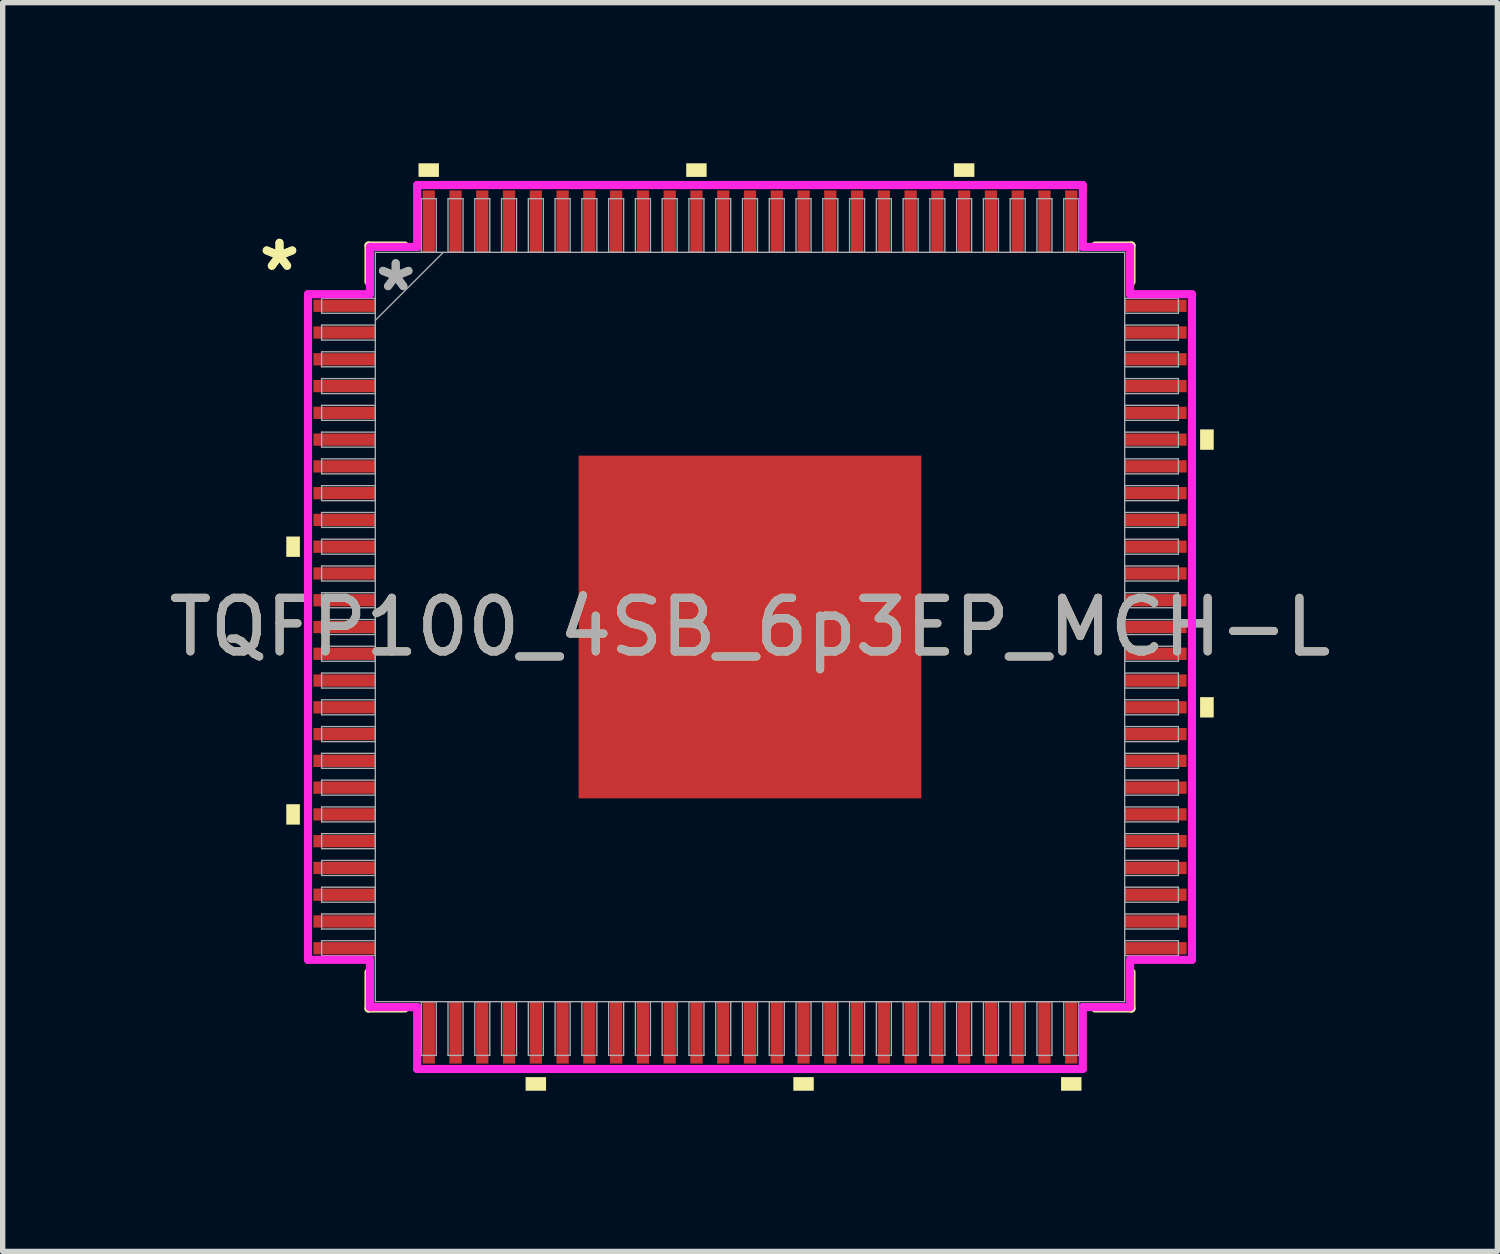
<source format=kicad_pcb>
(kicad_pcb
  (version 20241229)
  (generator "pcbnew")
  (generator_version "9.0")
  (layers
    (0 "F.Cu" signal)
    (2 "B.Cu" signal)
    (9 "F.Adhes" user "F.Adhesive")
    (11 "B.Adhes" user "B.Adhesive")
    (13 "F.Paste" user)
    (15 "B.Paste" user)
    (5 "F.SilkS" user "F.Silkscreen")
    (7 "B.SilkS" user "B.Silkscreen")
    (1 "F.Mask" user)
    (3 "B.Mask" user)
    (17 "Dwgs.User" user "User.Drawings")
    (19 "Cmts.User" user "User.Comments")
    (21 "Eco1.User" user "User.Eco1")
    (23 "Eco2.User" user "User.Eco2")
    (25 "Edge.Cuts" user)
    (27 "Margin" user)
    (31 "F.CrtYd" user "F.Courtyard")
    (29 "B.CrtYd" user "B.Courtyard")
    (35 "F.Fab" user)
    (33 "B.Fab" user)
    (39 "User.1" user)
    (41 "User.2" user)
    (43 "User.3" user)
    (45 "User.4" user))
  (footprint "TQFP100_4SB_6p3EP_MCH-L"
    (layer "F.Cu")
    (at 10.958 8.661)
    (property "Reference" "TQFP100_4SB_6p3EP_MCH-L" (at 0 0 0) (unlocked yes) (layer "F.SilkS") (effects (font (size 1 1) (thickness 0.15))))
    (attr smd)
    (fp_line (start -7.125 -7.125) (end -7.125 -6.447) (stroke (width 0.152) (type solid)) (layer "F.SilkS"))
    (fp_line (start -7.125 6.447) (end -7.125 7.125) (stroke (width 0.152) (type solid)) (layer "F.SilkS"))
    (fp_line (start -7.125 7.125) (end -6.447 7.125) (stroke (width 0.152) (type solid)) (layer "F.SilkS"))
    (fp_line (start -6.447 -7.125) (end -7.125 -7.125) (stroke (width 0.152) (type solid)) (layer "F.SilkS"))
    (fp_line (start 6.447 7.125) (end 7.125 7.125) (stroke (width 0.152) (type solid)) (layer "F.SilkS"))
    (fp_line (start 7.125 -7.125) (end 6.447 -7.125) (stroke (width 0.152) (type solid)) (layer "F.SilkS"))
    (fp_line (start 7.125 -6.447) (end 7.125 -7.125) (stroke (width 0.152) (type solid)) (layer "F.SilkS"))
    (fp_line (start 7.125 7.125) (end 7.125 6.447) (stroke (width 0.152) (type solid)) (layer "F.SilkS"))
    (fp_poly (pts (xy -8.661 -1.69) (xy -8.661 -1.31) (xy -8.407 -1.31) (xy -8.407 -1.69)) (stroke (width 0) (type solid)) (fill yes) (layer "F.SilkS"))
    (fp_poly (pts (xy -8.661 3.31) (xy -8.661 3.691) (xy -8.407 3.691) (xy -8.407 3.31)) (stroke (width 0) (type solid)) (fill yes) (layer "F.SilkS"))
    (fp_poly (pts (xy -6.191 -8.407) (xy -6.191 -8.661) (xy -5.81 -8.661) (xy -5.81 -8.407)) (stroke (width 0) (type solid)) (fill yes) (layer "F.SilkS"))
    (fp_poly (pts (xy -4.191 8.407) (xy -4.191 8.661) (xy -3.809 8.661) (xy -3.809 8.407)) (stroke (width 0) (type solid)) (fill yes) (layer "F.SilkS"))
    (fp_poly (pts (xy -1.191 -8.407) (xy -1.191 -8.661) (xy -0.81 -8.661) (xy -0.81 -8.407)) (stroke (width 0) (type solid)) (fill yes) (layer "F.SilkS"))
    (fp_poly (pts (xy 0.81 8.407) (xy 0.81 8.661) (xy 1.191 8.661) (xy 1.191 8.407)) (stroke (width 0) (type solid)) (fill yes) (layer "F.SilkS"))
    (fp_poly (pts (xy 3.809 -8.407) (xy 3.809 -8.661) (xy 4.191 -8.661) (xy 4.191 -8.407)) (stroke (width 0) (type solid)) (fill yes) (layer "F.SilkS"))
    (fp_poly (pts (xy 5.81 8.407) (xy 5.81 8.661) (xy 6.191 8.661) (xy 6.191 8.407)) (stroke (width 0) (type solid)) (fill yes) (layer "F.SilkS"))
    (fp_poly (pts (xy 8.661 -3.691) (xy 8.661 -3.31) (xy 8.407 -3.31) (xy 8.407 -3.691)) (stroke (width 0) (type solid)) (fill yes) (layer "F.SilkS"))
    (fp_poly (pts (xy 8.661 1.31) (xy 8.661 1.69) (xy 8.407 1.69) (xy 8.407 1.31)) (stroke (width 0) (type solid)) (fill yes) (layer "F.SilkS"))
    (fp_poly (pts (xy -3.1 -3.1) (xy -3.1 -2.02) (xy -2.02 -2.02) (xy -2.02 -3.1)) (stroke (width 0) (type solid)) (fill yes) (layer "F.Paste"))
    (fp_poly (pts (xy -3.1 -1.82) (xy -3.1 -0.74) (xy -2.02 -0.74) (xy -2.02 -1.82)) (stroke (width 0) (type solid)) (fill yes) (layer "F.Paste"))
    (fp_poly (pts (xy -3.1 -0.54) (xy -3.1 0.54) (xy -2.02 0.54) (xy -2.02 -0.54)) (stroke (width 0) (type solid)) (fill yes) (layer "F.Paste"))
    (fp_poly (pts (xy -3.1 0.74) (xy -3.1 1.82) (xy -2.02 1.82) (xy -2.02 0.74)) (stroke (width 0) (type solid)) (fill yes) (layer "F.Paste"))
    (fp_poly (pts (xy -3.1 2.02) (xy -3.1 3.1) (xy -2.02 3.1) (xy -2.02 2.02)) (stroke (width 0) (type solid)) (fill yes) (layer "F.Paste"))
    (fp_poly (pts (xy -1.82 -3.1) (xy -1.82 -2.02) (xy -0.74 -2.02) (xy -0.74 -3.1)) (stroke (width 0) (type solid)) (fill yes) (layer "F.Paste"))
    (fp_poly (pts (xy -1.82 -1.82) (xy -1.82 -0.74) (xy -0.74 -0.74) (xy -0.74 -1.82)) (stroke (width 0) (type solid)) (fill yes) (layer "F.Paste"))
    (fp_poly (pts (xy -1.82 -0.54) (xy -1.82 0.54) (xy -0.74 0.54) (xy -0.74 -0.54)) (stroke (width 0) (type solid)) (fill yes) (layer "F.Paste"))
    (fp_poly (pts (xy -1.82 0.74) (xy -1.82 1.82) (xy -0.74 1.82) (xy -0.74 0.74)) (stroke (width 0) (type solid)) (fill yes) (layer "F.Paste"))
    (fp_poly (pts (xy -1.82 2.02) (xy -1.82 3.1) (xy -0.74 3.1) (xy -0.74 2.02)) (stroke (width 0) (type solid)) (fill yes) (layer "F.Paste"))
    (fp_poly (pts (xy -0.54 -3.1) (xy -0.54 -2.02) (xy 0.54 -2.02) (xy 0.54 -3.1)) (stroke (width 0) (type solid)) (fill yes) (layer "F.Paste"))
    (fp_poly (pts (xy -0.54 -1.82) (xy -0.54 -0.74) (xy 0.54 -0.74) (xy 0.54 -1.82)) (stroke (width 0) (type solid)) (fill yes) (layer "F.Paste"))
    (fp_poly (pts (xy -0.54 -0.54) (xy -0.54 0.54) (xy 0.54 0.54) (xy 0.54 -0.54)) (stroke (width 0) (type solid)) (fill yes) (layer "F.Paste"))
    (fp_poly (pts (xy -0.54 0.74) (xy -0.54 1.82) (xy 0.54 1.82) (xy 0.54 0.74)) (stroke (width 0) (type solid)) (fill yes) (layer "F.Paste"))
    (fp_poly (pts (xy -0.54 2.02) (xy -0.54 3.1) (xy 0.54 3.1) (xy 0.54 2.02)) (stroke (width 0) (type solid)) (fill yes) (layer "F.Paste"))
    (fp_poly (pts (xy 0.74 -3.1) (xy 0.74 -2.02) (xy 1.82 -2.02) (xy 1.82 -3.1)) (stroke (width 0) (type solid)) (fill yes) (layer "F.Paste"))
    (fp_poly (pts (xy 0.74 -1.82) (xy 0.74 -0.74) (xy 1.82 -0.74) (xy 1.82 -1.82)) (stroke (width 0) (type solid)) (fill yes) (layer "F.Paste"))
    (fp_poly (pts (xy 0.74 -0.54) (xy 0.74 0.54) (xy 1.82 0.54) (xy 1.82 -0.54)) (stroke (width 0) (type solid)) (fill yes) (layer "F.Paste"))
    (fp_poly (pts (xy 0.74 0.74) (xy 0.74 1.82) (xy 1.82 1.82) (xy 1.82 0.74)) (stroke (width 0) (type solid)) (fill yes) (layer "F.Paste"))
    (fp_poly (pts (xy 0.74 2.02) (xy 0.74 3.1) (xy 1.82 3.1) (xy 1.82 2.02)) (stroke (width 0) (type solid)) (fill yes) (layer "F.Paste"))
    (fp_poly (pts (xy 2.02 -3.1) (xy 2.02 -2.02) (xy 3.1 -2.02) (xy 3.1 -3.1)) (stroke (width 0) (type solid)) (fill yes) (layer "F.Paste"))
    (fp_poly (pts (xy 2.02 -1.82) (xy 2.02 -0.74) (xy 3.1 -0.74) (xy 3.1 -1.82)) (stroke (width 0) (type solid)) (fill yes) (layer "F.Paste"))
    (fp_poly (pts (xy 2.02 -0.54) (xy 2.02 0.54) (xy 3.1 0.54) (xy 3.1 -0.54)) (stroke (width 0) (type solid)) (fill yes) (layer "F.Paste"))
    (fp_poly (pts (xy 2.02 0.74) (xy 2.02 1.82) (xy 3.1 1.82) (xy 3.1 0.74)) (stroke (width 0) (type solid)) (fill yes) (layer "F.Paste"))
    (fp_poly (pts (xy 2.02 2.02) (xy 2.02 3.1) (xy 3.1 3.1) (xy 3.1 2.02)) (stroke (width 0) (type solid)) (fill yes) (layer "F.Paste"))
    (fp_line (start -8.255 -6.216) (end -7.099 -6.216) (stroke (width 0.152) (type solid)) (layer "F.CrtYd"))
    (fp_line (start -8.255 6.216) (end -8.255 -6.216) (stroke (width 0.152) (type solid)) (layer "F.CrtYd"))
    (fp_line (start -7.099 -7.099) (end -6.216 -7.099) (stroke (width 0.152) (type solid)) (layer "F.CrtYd"))
    (fp_line (start -7.099 -6.216) (end -7.099 -7.099) (stroke (width 0.152) (type solid)) (layer "F.CrtYd"))
    (fp_line (start -7.099 6.216) (end -8.255 6.216) (stroke (width 0.152) (type solid)) (layer "F.CrtYd"))
    (fp_line (start -7.099 7.099) (end -7.099 6.216) (stroke (width 0.152) (type solid)) (layer "F.CrtYd"))
    (fp_line (start -7.099 7.099) (end -6.216 7.099) (stroke (width 0.152) (type solid)) (layer "F.CrtYd"))
    (fp_line (start -6.216 -8.255) (end 6.216 -8.255) (stroke (width 0.152) (type solid)) (layer "F.CrtYd"))
    (fp_line (start -6.216 -7.099) (end -6.216 -8.255) (stroke (width 0.152) (type solid)) (layer "F.CrtYd"))
    (fp_line (start -6.216 7.099) (end -6.216 8.255) (stroke (width 0.152) (type solid)) (layer "F.CrtYd"))
    (fp_line (start -6.216 8.255) (end 6.216 8.255) (stroke (width 0.152) (type solid)) (layer "F.CrtYd"))
    (fp_line (start 6.216 -8.255) (end 6.216 -7.099) (stroke (width 0.152) (type solid)) (layer "F.CrtYd"))
    (fp_line (start 6.216 -7.099) (end 7.099 -7.099) (stroke (width 0.152) (type solid)) (layer "F.CrtYd"))
    (fp_line (start 6.216 7.099) (end 7.099 7.099) (stroke (width 0.152) (type solid)) (layer "F.CrtYd"))
    (fp_line (start 6.216 8.255) (end 6.216 7.099) (stroke (width 0.152) (type solid)) (layer "F.CrtYd"))
    (fp_line (start 7.099 -6.216) (end 7.099 -7.099) (stroke (width 0.152) (type solid)) (layer "F.CrtYd"))
    (fp_line (start 7.099 6.216) (end 8.255 6.216) (stroke (width 0.152) (type solid)) (layer "F.CrtYd"))
    (fp_line (start 7.099 7.099) (end 7.099 6.216) (stroke (width 0.152) (type solid)) (layer "F.CrtYd"))
    (fp_line (start 8.255 -6.216) (end 7.099 -6.216) (stroke (width 0.152) (type solid)) (layer "F.CrtYd"))
    (fp_line (start 8.255 6.216) (end 8.255 -6.216) (stroke (width 0.152) (type solid)) (layer "F.CrtYd"))
    (fp_line (start -8.001 -6.14) (end -8.001 -5.86) (stroke (width 0.025) (type solid)) (layer "F.Fab"))
    (fp_line (start -8.001 -5.86) (end -6.998 -5.86) (stroke (width 0.025) (type solid)) (layer "F.Fab"))
    (fp_line (start -8.001 -5.64) (end -8.001 -5.36) (stroke (width 0.025) (type solid)) (layer "F.Fab"))
    (fp_line (start -8.001 -5.36) (end -6.998 -5.36) (stroke (width 0.025) (type solid)) (layer "F.Fab"))
    (fp_line (start -8.001 -5.14) (end -8.001 -4.86) (stroke (width 0.025) (type solid)) (layer "F.Fab"))
    (fp_line (start -8.001 -4.86) (end -6.998 -4.86) (stroke (width 0.025) (type solid)) (layer "F.Fab"))
    (fp_line (start -8.001 -4.64) (end -8.001 -4.36) (stroke (width 0.025) (type solid)) (layer "F.Fab"))
    (fp_line (start -8.001 -4.36) (end -6.998 -4.36) (stroke (width 0.025) (type solid)) (layer "F.Fab"))
    (fp_line (start -8.001 -4.14) (end -8.001 -3.86) (stroke (width 0.025) (type solid)) (layer "F.Fab"))
    (fp_line (start -8.001 -3.86) (end -6.998 -3.86) (stroke (width 0.025) (type solid)) (layer "F.Fab"))
    (fp_line (start -8.001 -3.64) (end -8.001 -3.36) (stroke (width 0.025) (type solid)) (layer "F.Fab"))
    (fp_line (start -8.001 -3.36) (end -6.998 -3.36) (stroke (width 0.025) (type solid)) (layer "F.Fab"))
    (fp_line (start -8.001 -3.14) (end -8.001 -2.86) (stroke (width 0.025) (type solid)) (layer "F.Fab"))
    (fp_line (start -8.001 -2.86) (end -6.998 -2.86) (stroke (width 0.025) (type solid)) (layer "F.Fab"))
    (fp_line (start -8.001 -2.64) (end -8.001 -2.36) (stroke (width 0.025) (type solid)) (layer "F.Fab"))
    (fp_line (start -8.001 -2.36) (end -6.998 -2.36) (stroke (width 0.025) (type solid)) (layer "F.Fab"))
    (fp_line (start -8.001 -2.14) (end -8.001 -1.86) (stroke (width 0.025) (type solid)) (layer "F.Fab"))
    (fp_line (start -8.001 -1.86) (end -6.998 -1.86) (stroke (width 0.025) (type solid)) (layer "F.Fab"))
    (fp_line (start -8.001 -1.64) (end -8.001 -1.36) (stroke (width 0.025) (type solid)) (layer "F.Fab"))
    (fp_line (start -8.001 -1.36) (end -6.998 -1.36) (stroke (width 0.025) (type solid)) (layer "F.Fab"))
    (fp_line (start -8.001 -1.14) (end -8.001 -0.86) (stroke (width 0.025) (type solid)) (layer "F.Fab"))
    (fp_line (start -8.001 -0.86) (end -6.998 -0.86) (stroke (width 0.025) (type solid)) (layer "F.Fab"))
    (fp_line (start -8.001 -0.64) (end -8.001 -0.36) (stroke (width 0.025) (type solid)) (layer "F.Fab"))
    (fp_line (start -8.001 -0.36) (end -6.998 -0.36) (stroke (width 0.025) (type solid)) (layer "F.Fab"))
    (fp_line (start -8.001 -0.14) (end -8.001 0.14) (stroke (width 0.025) (type solid)) (layer "F.Fab"))
    (fp_line (start -8.001 0.14) (end -6.998 0.14) (stroke (width 0.025) (type solid)) (layer "F.Fab"))
    (fp_line (start -8.001 0.36) (end -8.001 0.64) (stroke (width 0.025) (type solid)) (layer "F.Fab"))
    (fp_line (start -8.001 0.64) (end -6.998 0.64) (stroke (width 0.025) (type solid)) (layer "F.Fab"))
    (fp_line (start -8.001 0.86) (end -8.001 1.14) (stroke (width 0.025) (type solid)) (layer "F.Fab"))
    (fp_line (start -8.001 1.14) (end -6.998 1.14) (stroke (width 0.025) (type solid)) (layer "F.Fab"))
    (fp_line (start -8.001 1.36) (end -8.001 1.64) (stroke (width 0.025) (type solid)) (layer "F.Fab"))
    (fp_line (start -8.001 1.64) (end -6.998 1.64) (stroke (width 0.025) (type solid)) (layer "F.Fab"))
    (fp_line (start -8.001 1.86) (end -8.001 2.14) (stroke (width 0.025) (type solid)) (layer "F.Fab"))
    (fp_line (start -8.001 2.14) (end -6.998 2.14) (stroke (width 0.025) (type solid)) (layer "F.Fab"))
    (fp_line (start -8.001 2.36) (end -8.001 2.64) (stroke (width 0.025) (type solid)) (layer "F.Fab"))
    (fp_line (start -8.001 2.64) (end -6.998 2.64) (stroke (width 0.025) (type solid)) (layer "F.Fab"))
    (fp_line (start -8.001 2.86) (end -8.001 3.14) (stroke (width 0.025) (type solid)) (layer "F.Fab"))
    (fp_line (start -8.001 3.14) (end -6.998 3.14) (stroke (width 0.025) (type solid)) (layer "F.Fab"))
    (fp_line (start -8.001 3.36) (end -8.001 3.64) (stroke (width 0.025) (type solid)) (layer "F.Fab"))
    (fp_line (start -8.001 3.64) (end -6.998 3.64) (stroke (width 0.025) (type solid)) (layer "F.Fab"))
    (fp_line (start -8.001 3.86) (end -8.001 4.14) (stroke (width 0.025) (type solid)) (layer "F.Fab"))
    (fp_line (start -8.001 4.14) (end -6.998 4.14) (stroke (width 0.025) (type solid)) (layer "F.Fab"))
    (fp_line (start -8.001 4.36) (end -8.001 4.64) (stroke (width 0.025) (type solid)) (layer "F.Fab"))
    (fp_line (start -8.001 4.64) (end -6.998 4.64) (stroke (width 0.025) (type solid)) (layer "F.Fab"))
    (fp_line (start -8.001 4.86) (end -8.001 5.14) (stroke (width 0.025) (type solid)) (layer "F.Fab"))
    (fp_line (start -8.001 5.14) (end -6.998 5.14) (stroke (width 0.025) (type solid)) (layer "F.Fab"))
    (fp_line (start -8.001 5.36) (end -8.001 5.64) (stroke (width 0.025) (type solid)) (layer "F.Fab"))
    (fp_line (start -8.001 5.64) (end -6.998 5.64) (stroke (width 0.025) (type solid)) (layer "F.Fab"))
    (fp_line (start -8.001 5.86) (end -8.001 6.14) (stroke (width 0.025) (type solid)) (layer "F.Fab"))
    (fp_line (start -8.001 6.14) (end -6.998 6.14) (stroke (width 0.025) (type solid)) (layer "F.Fab"))
    (fp_line (start -6.998 -6.998) (end -6.998 6.998) (stroke (width 0.025) (type solid)) (layer "F.Fab"))
    (fp_line (start -6.998 -6.14) (end -8.001 -6.14) (stroke (width 0.025) (type solid)) (layer "F.Fab"))
    (fp_line (start -6.998 -5.86) (end -6.998 -6.14) (stroke (width 0.025) (type solid)) (layer "F.Fab"))
    (fp_line (start -6.998 -5.728) (end -5.728 -6.998) (stroke (width 0.025) (type solid)) (layer "F.Fab"))
    (fp_line (start -6.998 -5.64) (end -8.001 -5.64) (stroke (width 0.025) (type solid)) (layer "F.Fab"))
    (fp_line (start -6.998 -5.36) (end -6.998 -5.64) (stroke (width 0.025) (type solid)) (layer "F.Fab"))
    (fp_line (start -6.998 -5.14) (end -8.001 -5.14) (stroke (width 0.025) (type solid)) (layer "F.Fab"))
    (fp_line (start -6.998 -4.86) (end -6.998 -5.14) (stroke (width 0.025) (type solid)) (layer "F.Fab"))
    (fp_line (start -6.998 -4.64) (end -8.001 -4.64) (stroke (width 0.025) (type solid)) (layer "F.Fab"))
    (fp_line (start -6.998 -4.36) (end -6.998 -4.64) (stroke (width 0.025) (type solid)) (layer "F.Fab"))
    (fp_line (start -6.998 -4.14) (end -8.001 -4.14) (stroke (width 0.025) (type solid)) (layer "F.Fab"))
    (fp_line (start -6.998 -3.86) (end -6.998 -4.14) (stroke (width 0.025) (type solid)) (layer "F.Fab"))
    (fp_line (start -6.998 -3.64) (end -8.001 -3.64) (stroke (width 0.025) (type solid)) (layer "F.Fab"))
    (fp_line (start -6.998 -3.36) (end -6.998 -3.64) (stroke (width 0.025) (type solid)) (layer "F.Fab"))
    (fp_line (start -6.998 -3.14) (end -8.001 -3.14) (stroke (width 0.025) (type solid)) (layer "F.Fab"))
    (fp_line (start -6.998 -2.86) (end -6.998 -3.14) (stroke (width 0.025) (type solid)) (layer "F.Fab"))
    (fp_line (start -6.998 -2.64) (end -8.001 -2.64) (stroke (width 0.025) (type solid)) (layer "F.Fab"))
    (fp_line (start -6.998 -2.36) (end -6.998 -2.64) (stroke (width 0.025) (type solid)) (layer "F.Fab"))
    (fp_line (start -6.998 -2.14) (end -8.001 -2.14) (stroke (width 0.025) (type solid)) (layer "F.Fab"))
    (fp_line (start -6.998 -1.86) (end -6.998 -2.14) (stroke (width 0.025) (type solid)) (layer "F.Fab"))
    (fp_line (start -6.998 -1.64) (end -8.001 -1.64) (stroke (width 0.025) (type solid)) (layer "F.Fab"))
    (fp_line (start -6.998 -1.36) (end -6.998 -1.64) (stroke (width 0.025) (type solid)) (layer "F.Fab"))
    (fp_line (start -6.998 -1.14) (end -8.001 -1.14) (stroke (width 0.025) (type solid)) (layer "F.Fab"))
    (fp_line (start -6.998 -0.86) (end -6.998 -1.14) (stroke (width 0.025) (type solid)) (layer "F.Fab"))
    (fp_line (start -6.998 -0.64) (end -8.001 -0.64) (stroke (width 0.025) (type solid)) (layer "F.Fab"))
    (fp_line (start -6.998 -0.36) (end -6.998 -0.64) (stroke (width 0.025) (type solid)) (layer "F.Fab"))
    (fp_line (start -6.998 -0.14) (end -8.001 -0.14) (stroke (width 0.025) (type solid)) (layer "F.Fab"))
    (fp_line (start -6.998 0.14) (end -6.998 -0.14) (stroke (width 0.025) (type solid)) (layer "F.Fab"))
    (fp_line (start -6.998 0.36) (end -8.001 0.36) (stroke (width 0.025) (type solid)) (layer "F.Fab"))
    (fp_line (start -6.998 0.64) (end -6.998 0.36) (stroke (width 0.025) (type solid)) (layer "F.Fab"))
    (fp_line (start -6.998 0.86) (end -8.001 0.86) (stroke (width 0.025) (type solid)) (layer "F.Fab"))
    (fp_line (start -6.998 1.14) (end -6.998 0.86) (stroke (width 0.025) (type solid)) (layer "F.Fab"))
    (fp_line (start -6.998 1.36) (end -8.001 1.36) (stroke (width 0.025) (type solid)) (layer "F.Fab"))
    (fp_line (start -6.998 1.64) (end -6.998 1.36) (stroke (width 0.025) (type solid)) (layer "F.Fab"))
    (fp_line (start -6.998 1.86) (end -8.001 1.86) (stroke (width 0.025) (type solid)) (layer "F.Fab"))
    (fp_line (start -6.998 2.14) (end -6.998 1.86) (stroke (width 0.025) (type solid)) (layer "F.Fab"))
    (fp_line (start -6.998 2.36) (end -8.001 2.36) (stroke (width 0.025) (type solid)) (layer "F.Fab"))
    (fp_line (start -6.998 2.64) (end -6.998 2.36) (stroke (width 0.025) (type solid)) (layer "F.Fab"))
    (fp_line (start -6.998 2.86) (end -8.001 2.86) (stroke (width 0.025) (type solid)) (layer "F.Fab"))
    (fp_line (start -6.998 3.14) (end -6.998 2.86) (stroke (width 0.025) (type solid)) (layer "F.Fab"))
    (fp_line (start -6.998 3.36) (end -8.001 3.36) (stroke (width 0.025) (type solid)) (layer "F.Fab"))
    (fp_line (start -6.998 3.64) (end -6.998 3.36) (stroke (width 0.025) (type solid)) (layer "F.Fab"))
    (fp_line (start -6.998 3.86) (end -8.001 3.86) (stroke (width 0.025) (type solid)) (layer "F.Fab"))
    (fp_line (start -6.998 4.14) (end -6.998 3.86) (stroke (width 0.025) (type solid)) (layer "F.Fab"))
    (fp_line (start -6.998 4.36) (end -8.001 4.36) (stroke (width 0.025) (type solid)) (layer "F.Fab"))
    (fp_line (start -6.998 4.64) (end -6.998 4.36) (stroke (width 0.025) (type solid)) (layer "F.Fab"))
    (fp_line (start -6.998 4.86) (end -8.001 4.86) (stroke (width 0.025) (type solid)) (layer "F.Fab"))
    (fp_line (start -6.998 5.14) (end -6.998 4.86) (stroke (width 0.025) (type solid)) (layer "F.Fab"))
    (fp_line (start -6.998 5.36) (end -8.001 5.36) (stroke (width 0.025) (type solid)) (layer "F.Fab"))
    (fp_line (start -6.998 5.64) (end -6.998 5.36) (stroke (width 0.025) (type solid)) (layer "F.Fab"))
    (fp_line (start -6.998 5.86) (end -8.001 5.86) (stroke (width 0.025) (type solid)) (layer "F.Fab"))
    (fp_line (start -6.998 6.14) (end -6.998 5.86) (stroke (width 0.025) (type solid)) (layer "F.Fab"))
    (fp_line (start -6.998 6.998) (end 6.998 6.998) (stroke (width 0.025) (type solid)) (layer "F.Fab"))
    (fp_line (start -6.14 -8.001) (end -6.14 -6.998) (stroke (width 0.025) (type solid)) (layer "F.Fab"))
    (fp_line (start -6.14 -6.998) (end -5.86 -6.998) (stroke (width 0.025) (type solid)) (layer "F.Fab"))
    (fp_line (start -6.14 6.998) (end -6.14 8.001) (stroke (width 0.025) (type solid)) (layer "F.Fab"))
    (fp_line (start -6.14 8.001) (end -5.86 8.001) (stroke (width 0.025) (type solid)) (layer "F.Fab"))
    (fp_line (start -5.86 -8.001) (end -6.14 -8.001) (stroke (width 0.025) (type solid)) (layer "F.Fab"))
    (fp_line (start -5.86 -6.998) (end -5.86 -8.001) (stroke (width 0.025) (type solid)) (layer "F.Fab"))
    (fp_line (start -5.86 6.998) (end -6.14 6.998) (stroke (width 0.025) (type solid)) (layer "F.Fab"))
    (fp_line (start -5.86 8.001) (end -5.86 6.998) (stroke (width 0.025) (type solid)) (layer "F.Fab"))
    (fp_line (start -5.64 -8.001) (end -5.64 -6.998) (stroke (width 0.025) (type solid)) (layer "F.Fab"))
    (fp_line (start -5.64 -6.998) (end -5.36 -6.998) (stroke (width 0.025) (type solid)) (layer "F.Fab"))
    (fp_line (start -5.64 6.998) (end -5.64 8.001) (stroke (width 0.025) (type solid)) (layer "F.Fab"))
    (fp_line (start -5.64 8.001) (end -5.36 8.001) (stroke (width 0.025) (type solid)) (layer "F.Fab"))
    (fp_line (start -5.36 -8.001) (end -5.64 -8.001) (stroke (width 0.025) (type solid)) (layer "F.Fab"))
    (fp_line (start -5.36 -6.998) (end -5.36 -8.001) (stroke (width 0.025) (type solid)) (layer "F.Fab"))
    (fp_line (start -5.36 6.998) (end -5.64 6.998) (stroke (width 0.025) (type solid)) (layer "F.Fab"))
    (fp_line (start -5.36 8.001) (end -5.36 6.998) (stroke (width 0.025) (type solid)) (layer "F.Fab"))
    (fp_line (start -5.14 -8.001) (end -5.14 -6.998) (stroke (width 0.025) (type solid)) (layer "F.Fab"))
    (fp_line (start -5.14 -6.998) (end -4.86 -6.998) (stroke (width 0.025) (type solid)) (layer "F.Fab"))
    (fp_line (start -5.14 6.998) (end -5.14 8.001) (stroke (width 0.025) (type solid)) (layer "F.Fab"))
    (fp_line (start -5.14 8.001) (end -4.86 8.001) (stroke (width 0.025) (type solid)) (layer "F.Fab"))
    (fp_line (start -4.86 -8.001) (end -5.14 -8.001) (stroke (width 0.025) (type solid)) (layer "F.Fab"))
    (fp_line (start -4.86 -6.998) (end -4.86 -8.001) (stroke (width 0.025) (type solid)) (layer "F.Fab"))
    (fp_line (start -4.86 6.998) (end -5.14 6.998) (stroke (width 0.025) (type solid)) (layer "F.Fab"))
    (fp_line (start -4.86 8.001) (end -4.86 6.998) (stroke (width 0.025) (type solid)) (layer "F.Fab"))
    (fp_line (start -4.64 -8.001) (end -4.64 -6.998) (stroke (width 0.025) (type solid)) (layer "F.Fab"))
    (fp_line (start -4.64 -6.998) (end -4.36 -6.998) (stroke (width 0.025) (type solid)) (layer "F.Fab"))
    (fp_line (start -4.64 6.998) (end -4.64 8.001) (stroke (width 0.025) (type solid)) (layer "F.Fab"))
    (fp_line (start -4.64 8.001) (end -4.36 8.001) (stroke (width 0.025) (type solid)) (layer "F.Fab"))
    (fp_line (start -4.36 -8.001) (end -4.64 -8.001) (stroke (width 0.025) (type solid)) (layer "F.Fab"))
    (fp_line (start -4.36 -6.998) (end -4.36 -8.001) (stroke (width 0.025) (type solid)) (layer "F.Fab"))
    (fp_line (start -4.36 6.998) (end -4.64 6.998) (stroke (width 0.025) (type solid)) (layer "F.Fab"))
    (fp_line (start -4.36 8.001) (end -4.36 6.998) (stroke (width 0.025) (type solid)) (layer "F.Fab"))
    (fp_line (start -4.14 -8.001) (end -4.14 -6.998) (stroke (width 0.025) (type solid)) (layer "F.Fab"))
    (fp_line (start -4.14 -6.998) (end -3.86 -6.998) (stroke (width 0.025) (type solid)) (layer "F.Fab"))
    (fp_line (start -4.14 6.998) (end -4.14 8.001) (stroke (width 0.025) (type solid)) (layer "F.Fab"))
    (fp_line (start -4.14 8.001) (end -3.86 8.001) (stroke (width 0.025) (type solid)) (layer "F.Fab"))
    (fp_line (start -3.86 -8.001) (end -4.14 -8.001) (stroke (width 0.025) (type solid)) (layer "F.Fab"))
    (fp_line (start -3.86 -6.998) (end -3.86 -8.001) (stroke (width 0.025) (type solid)) (layer "F.Fab"))
    (fp_line (start -3.86 6.998) (end -4.14 6.998) (stroke (width 0.025) (type solid)) (layer "F.Fab"))
    (fp_line (start -3.86 8.001) (end -3.86 6.998) (stroke (width 0.025) (type solid)) (layer "F.Fab"))
    (fp_line (start -3.64 -8.001) (end -3.64 -6.998) (stroke (width 0.025) (type solid)) (layer "F.Fab"))
    (fp_line (start -3.64 -6.998) (end -3.36 -6.998) (stroke (width 0.025) (type solid)) (layer "F.Fab"))
    (fp_line (start -3.64 6.998) (end -3.64 8.001) (stroke (width 0.025) (type solid)) (layer "F.Fab"))
    (fp_line (start -3.64 8.001) (end -3.36 8.001) (stroke (width 0.025) (type solid)) (layer "F.Fab"))
    (fp_line (start -3.36 -8.001) (end -3.64 -8.001) (stroke (width 0.025) (type solid)) (layer "F.Fab"))
    (fp_line (start -3.36 -6.998) (end -3.36 -8.001) (stroke (width 0.025) (type solid)) (layer "F.Fab"))
    (fp_line (start -3.36 6.998) (end -3.64 6.998) (stroke (width 0.025) (type solid)) (layer "F.Fab"))
    (fp_line (start -3.36 8.001) (end -3.36 6.998) (stroke (width 0.025) (type solid)) (layer "F.Fab"))
    (fp_line (start -3.14 -8.001) (end -3.14 -6.998) (stroke (width 0.025) (type solid)) (layer "F.Fab"))
    (fp_line (start -3.14 -6.998) (end -2.86 -6.998) (stroke (width 0.025) (type solid)) (layer "F.Fab"))
    (fp_line (start -3.14 6.998) (end -3.14 8.001) (stroke (width 0.025) (type solid)) (layer "F.Fab"))
    (fp_line (start -3.14 8.001) (end -2.86 8.001) (stroke (width 0.025) (type solid)) (layer "F.Fab"))
    (fp_line (start -2.86 -8.001) (end -3.14 -8.001) (stroke (width 0.025) (type solid)) (layer "F.Fab"))
    (fp_line (start -2.86 -6.998) (end -2.86 -8.001) (stroke (width 0.025) (type solid)) (layer "F.Fab"))
    (fp_line (start -2.86 6.998) (end -3.14 6.998) (stroke (width 0.025) (type solid)) (layer "F.Fab"))
    (fp_line (start -2.86 8.001) (end -2.86 6.998) (stroke (width 0.025) (type solid)) (layer "F.Fab"))
    (fp_line (start -2.64 -8.001) (end -2.64 -6.998) (stroke (width 0.025) (type solid)) (layer "F.Fab"))
    (fp_line (start -2.64 -6.998) (end -2.36 -6.998) (stroke (width 0.025) (type solid)) (layer "F.Fab"))
    (fp_line (start -2.64 6.998) (end -2.64 8.001) (stroke (width 0.025) (type solid)) (layer "F.Fab"))
    (fp_line (start -2.64 8.001) (end -2.36 8.001) (stroke (width 0.025) (type solid)) (layer "F.Fab"))
    (fp_line (start -2.36 -8.001) (end -2.64 -8.001) (stroke (width 0.025) (type solid)) (layer "F.Fab"))
    (fp_line (start -2.36 -6.998) (end -2.36 -8.001) (stroke (width 0.025) (type solid)) (layer "F.Fab"))
    (fp_line (start -2.36 6.998) (end -2.64 6.998) (stroke (width 0.025) (type solid)) (layer "F.Fab"))
    (fp_line (start -2.36 8.001) (end -2.36 6.998) (stroke (width 0.025) (type solid)) (layer "F.Fab"))
    (fp_line (start -2.14 -8.001) (end -2.14 -6.998) (stroke (width 0.025) (type solid)) (layer "F.Fab"))
    (fp_line (start -2.14 -6.998) (end -1.86 -6.998) (stroke (width 0.025) (type solid)) (layer "F.Fab"))
    (fp_line (start -2.14 6.998) (end -2.14 8.001) (stroke (width 0.025) (type solid)) (layer "F.Fab"))
    (fp_line (start -2.14 8.001) (end -1.86 8.001) (stroke (width 0.025) (type solid)) (layer "F.Fab"))
    (fp_line (start -1.86 -8.001) (end -2.14 -8.001) (stroke (width 0.025) (type solid)) (layer "F.Fab"))
    (fp_line (start -1.86 -6.998) (end -1.86 -8.001) (stroke (width 0.025) (type solid)) (layer "F.Fab"))
    (fp_line (start -1.86 6.998) (end -2.14 6.998) (stroke (width 0.025) (type solid)) (layer "F.Fab"))
    (fp_line (start -1.86 8.001) (end -1.86 6.998) (stroke (width 0.025) (type solid)) (layer "F.Fab"))
    (fp_line (start -1.64 -8.001) (end -1.64 -6.998) (stroke (width 0.025) (type solid)) (layer "F.Fab"))
    (fp_line (start -1.64 -6.998) (end -1.36 -6.998) (stroke (width 0.025) (type solid)) (layer "F.Fab"))
    (fp_line (start -1.64 6.998) (end -1.64 8.001) (stroke (width 0.025) (type solid)) (layer "F.Fab"))
    (fp_line (start -1.64 8.001) (end -1.36 8.001) (stroke (width 0.025) (type solid)) (layer "F.Fab"))
    (fp_line (start -1.36 -8.001) (end -1.64 -8.001) (stroke (width 0.025) (type solid)) (layer "F.Fab"))
    (fp_line (start -1.36 -6.998) (end -1.36 -8.001) (stroke (width 0.025) (type solid)) (layer "F.Fab"))
    (fp_line (start -1.36 6.998) (end -1.64 6.998) (stroke (width 0.025) (type solid)) (layer "F.Fab"))
    (fp_line (start -1.36 8.001) (end -1.36 6.998) (stroke (width 0.025) (type solid)) (layer "F.Fab"))
    (fp_line (start -1.14 -8.001) (end -1.14 -6.998) (stroke (width 0.025) (type solid)) (layer "F.Fab"))
    (fp_line (start -1.14 -6.998) (end -0.86 -6.998) (stroke (width 0.025) (type solid)) (layer "F.Fab"))
    (fp_line (start -1.14 6.998) (end -1.14 8.001) (stroke (width 0.025) (type solid)) (layer "F.Fab"))
    (fp_line (start -1.14 8.001) (end -0.86 8.001) (stroke (width 0.025) (type solid)) (layer "F.Fab"))
    (fp_line (start -0.86 -8.001) (end -1.14 -8.001) (stroke (width 0.025) (type solid)) (layer "F.Fab"))
    (fp_line (start -0.86 -6.998) (end -0.86 -8.001) (stroke (width 0.025) (type solid)) (layer "F.Fab"))
    (fp_line (start -0.86 6.998) (end -1.14 6.998) (stroke (width 0.025) (type solid)) (layer "F.Fab"))
    (fp_line (start -0.86 8.001) (end -0.86 6.998) (stroke (width 0.025) (type solid)) (layer "F.Fab"))
    (fp_line (start -0.64 -8.001) (end -0.64 -6.998) (stroke (width 0.025) (type solid)) (layer "F.Fab"))
    (fp_line (start -0.64 -6.998) (end -0.36 -6.998) (stroke (width 0.025) (type solid)) (layer "F.Fab"))
    (fp_line (start -0.64 6.998) (end -0.64 8.001) (stroke (width 0.025) (type solid)) (layer "F.Fab"))
    (fp_line (start -0.64 8.001) (end -0.36 8.001) (stroke (width 0.025) (type solid)) (layer "F.Fab"))
    (fp_line (start -0.36 -8.001) (end -0.64 -8.001) (stroke (width 0.025) (type solid)) (layer "F.Fab"))
    (fp_line (start -0.36 -6.998) (end -0.36 -8.001) (stroke (width 0.025) (type solid)) (layer "F.Fab"))
    (fp_line (start -0.36 6.998) (end -0.64 6.998) (stroke (width 0.025) (type solid)) (layer "F.Fab"))
    (fp_line (start -0.36 8.001) (end -0.36 6.998) (stroke (width 0.025) (type solid)) (layer "F.Fab"))
    (fp_line (start -0.14 -8.001) (end -0.14 -6.998) (stroke (width 0.025) (type solid)) (layer "F.Fab"))
    (fp_line (start -0.14 -6.998) (end 0.14 -6.998) (stroke (width 0.025) (type solid)) (layer "F.Fab"))
    (fp_line (start -0.14 6.998) (end -0.14 8.001) (stroke (width 0.025) (type solid)) (layer "F.Fab"))
    (fp_line (start -0.14 8.001) (end 0.14 8.001) (stroke (width 0.025) (type solid)) (layer "F.Fab"))
    (fp_line (start 0.14 -8.001) (end -0.14 -8.001) (stroke (width 0.025) (type solid)) (layer "F.Fab"))
    (fp_line (start 0.14 -6.998) (end 0.14 -8.001) (stroke (width 0.025) (type solid)) (layer "F.Fab"))
    (fp_line (start 0.14 6.998) (end -0.14 6.998) (stroke (width 0.025) (type solid)) (layer "F.Fab"))
    (fp_line (start 0.14 8.001) (end 0.14 6.998) (stroke (width 0.025) (type solid)) (layer "F.Fab"))
    (fp_line (start 0.36 -8.001) (end 0.36 -6.998) (stroke (width 0.025) (type solid)) (layer "F.Fab"))
    (fp_line (start 0.36 -6.998) (end 0.64 -6.998) (stroke (width 0.025) (type solid)) (layer "F.Fab"))
    (fp_line (start 0.36 6.998) (end 0.36 8.001) (stroke (width 0.025) (type solid)) (layer "F.Fab"))
    (fp_line (start 0.36 8.001) (end 0.64 8.001) (stroke (width 0.025) (type solid)) (layer "F.Fab"))
    (fp_line (start 0.64 -8.001) (end 0.36 -8.001) (stroke (width 0.025) (type solid)) (layer "F.Fab"))
    (fp_line (start 0.64 -6.998) (end 0.64 -8.001) (stroke (width 0.025) (type solid)) (layer "F.Fab"))
    (fp_line (start 0.64 6.998) (end 0.36 6.998) (stroke (width 0.025) (type solid)) (layer "F.Fab"))
    (fp_line (start 0.64 8.001) (end 0.64 6.998) (stroke (width 0.025) (type solid)) (layer "F.Fab"))
    (fp_line (start 0.86 -8.001) (end 0.86 -6.998) (stroke (width 0.025) (type solid)) (layer "F.Fab"))
    (fp_line (start 0.86 -6.998) (end 1.14 -6.998) (stroke (width 0.025) (type solid)) (layer "F.Fab"))
    (fp_line (start 0.86 6.998) (end 0.86 8.001) (stroke (width 0.025) (type solid)) (layer "F.Fab"))
    (fp_line (start 0.86 8.001) (end 1.14 8.001) (stroke (width 0.025) (type solid)) (layer "F.Fab"))
    (fp_line (start 1.14 -8.001) (end 0.86 -8.001) (stroke (width 0.025) (type solid)) (layer "F.Fab"))
    (fp_line (start 1.14 -6.998) (end 1.14 -8.001) (stroke (width 0.025) (type solid)) (layer "F.Fab"))
    (fp_line (start 1.14 6.998) (end 0.86 6.998) (stroke (width 0.025) (type solid)) (layer "F.Fab"))
    (fp_line (start 1.14 8.001) (end 1.14 6.998) (stroke (width 0.025) (type solid)) (layer "F.Fab"))
    (fp_line (start 1.36 -8.001) (end 1.36 -6.998) (stroke (width 0.025) (type solid)) (layer "F.Fab"))
    (fp_line (start 1.36 -6.998) (end 1.64 -6.998) (stroke (width 0.025) (type solid)) (layer "F.Fab"))
    (fp_line (start 1.36 6.998) (end 1.36 8.001) (stroke (width 0.025) (type solid)) (layer "F.Fab"))
    (fp_line (start 1.36 8.001) (end 1.64 8.001) (stroke (width 0.025) (type solid)) (layer "F.Fab"))
    (fp_line (start 1.64 -8.001) (end 1.36 -8.001) (stroke (width 0.025) (type solid)) (layer "F.Fab"))
    (fp_line (start 1.64 -6.998) (end 1.64 -8.001) (stroke (width 0.025) (type solid)) (layer "F.Fab"))
    (fp_line (start 1.64 6.998) (end 1.36 6.998) (stroke (width 0.025) (type solid)) (layer "F.Fab"))
    (fp_line (start 1.64 8.001) (end 1.64 6.998) (stroke (width 0.025) (type solid)) (layer "F.Fab"))
    (fp_line (start 1.86 -8.001) (end 1.86 -6.998) (stroke (width 0.025) (type solid)) (layer "F.Fab"))
    (fp_line (start 1.86 -6.998) (end 2.14 -6.998) (stroke (width 0.025) (type solid)) (layer "F.Fab"))
    (fp_line (start 1.86 6.998) (end 1.86 8.001) (stroke (width 0.025) (type solid)) (layer "F.Fab"))
    (fp_line (start 1.86 8.001) (end 2.14 8.001) (stroke (width 0.025) (type solid)) (layer "F.Fab"))
    (fp_line (start 2.14 -8.001) (end 1.86 -8.001) (stroke (width 0.025) (type solid)) (layer "F.Fab"))
    (fp_line (start 2.14 -6.998) (end 2.14 -8.001) (stroke (width 0.025) (type solid)) (layer "F.Fab"))
    (fp_line (start 2.14 6.998) (end 1.86 6.998) (stroke (width 0.025) (type solid)) (layer "F.Fab"))
    (fp_line (start 2.14 8.001) (end 2.14 6.998) (stroke (width 0.025) (type solid)) (layer "F.Fab"))
    (fp_line (start 2.36 -8.001) (end 2.36 -6.998) (stroke (width 0.025) (type solid)) (layer "F.Fab"))
    (fp_line (start 2.36 -6.998) (end 2.64 -6.998) (stroke (width 0.025) (type solid)) (layer "F.Fab"))
    (fp_line (start 2.36 6.998) (end 2.36 8.001) (stroke (width 0.025) (type solid)) (layer "F.Fab"))
    (fp_line (start 2.36 8.001) (end 2.64 8.001) (stroke (width 0.025) (type solid)) (layer "F.Fab"))
    (fp_line (start 2.64 -8.001) (end 2.36 -8.001) (stroke (width 0.025) (type solid)) (layer "F.Fab"))
    (fp_line (start 2.64 -6.998) (end 2.64 -8.001) (stroke (width 0.025) (type solid)) (layer "F.Fab"))
    (fp_line (start 2.64 6.998) (end 2.36 6.998) (stroke (width 0.025) (type solid)) (layer "F.Fab"))
    (fp_line (start 2.64 8.001) (end 2.64 6.998) (stroke (width 0.025) (type solid)) (layer "F.Fab"))
    (fp_line (start 2.86 -8.001) (end 2.86 -6.998) (stroke (width 0.025) (type solid)) (layer "F.Fab"))
    (fp_line (start 2.86 -6.998) (end 3.14 -6.998) (stroke (width 0.025) (type solid)) (layer "F.Fab"))
    (fp_line (start 2.86 6.998) (end 2.86 8.001) (stroke (width 0.025) (type solid)) (layer "F.Fab"))
    (fp_line (start 2.86 8.001) (end 3.14 8.001) (stroke (width 0.025) (type solid)) (layer "F.Fab"))
    (fp_line (start 3.14 -8.001) (end 2.86 -8.001) (stroke (width 0.025) (type solid)) (layer "F.Fab"))
    (fp_line (start 3.14 -6.998) (end 3.14 -8.001) (stroke (width 0.025) (type solid)) (layer "F.Fab"))
    (fp_line (start 3.14 6.998) (end 2.86 6.998) (stroke (width 0.025) (type solid)) (layer "F.Fab"))
    (fp_line (start 3.14 8.001) (end 3.14 6.998) (stroke (width 0.025) (type solid)) (layer "F.Fab"))
    (fp_line (start 3.36 -8.001) (end 3.36 -6.998) (stroke (width 0.025) (type solid)) (layer "F.Fab"))
    (fp_line (start 3.36 -6.998) (end 3.64 -6.998) (stroke (width 0.025) (type solid)) (layer "F.Fab"))
    (fp_line (start 3.36 6.998) (end 3.36 8.001) (stroke (width 0.025) (type solid)) (layer "F.Fab"))
    (fp_line (start 3.36 8.001) (end 3.64 8.001) (stroke (width 0.025) (type solid)) (layer "F.Fab"))
    (fp_line (start 3.64 -8.001) (end 3.36 -8.001) (stroke (width 0.025) (type solid)) (layer "F.Fab"))
    (fp_line (start 3.64 -6.998) (end 3.64 -8.001) (stroke (width 0.025) (type solid)) (layer "F.Fab"))
    (fp_line (start 3.64 6.998) (end 3.36 6.998) (stroke (width 0.025) (type solid)) (layer "F.Fab"))
    (fp_line (start 3.64 8.001) (end 3.64 6.998) (stroke (width 0.025) (type solid)) (layer "F.Fab"))
    (fp_line (start 3.86 -8.001) (end 3.86 -6.998) (stroke (width 0.025) (type solid)) (layer "F.Fab"))
    (fp_line (start 3.86 -6.998) (end 4.14 -6.998) (stroke (width 0.025) (type solid)) (layer "F.Fab"))
    (fp_line (start 3.86 6.998) (end 3.86 8.001) (stroke (width 0.025) (type solid)) (layer "F.Fab"))
    (fp_line (start 3.86 8.001) (end 4.14 8.001) (stroke (width 0.025) (type solid)) (layer "F.Fab"))
    (fp_line (start 4.14 -8.001) (end 3.86 -8.001) (stroke (width 0.025) (type solid)) (layer "F.Fab"))
    (fp_line (start 4.14 -6.998) (end 4.14 -8.001) (stroke (width 0.025) (type solid)) (layer "F.Fab"))
    (fp_line (start 4.14 6.998) (end 3.86 6.998) (stroke (width 0.025) (type solid)) (layer "F.Fab"))
    (fp_line (start 4.14 8.001) (end 4.14 6.998) (stroke (width 0.025) (type solid)) (layer "F.Fab"))
    (fp_line (start 4.36 -8.001) (end 4.36 -6.998) (stroke (width 0.025) (type solid)) (layer "F.Fab"))
    (fp_line (start 4.36 -6.998) (end 4.64 -6.998) (stroke (width 0.025) (type solid)) (layer "F.Fab"))
    (fp_line (start 4.36 6.998) (end 4.36 8.001) (stroke (width 0.025) (type solid)) (layer "F.Fab"))
    (fp_line (start 4.36 8.001) (end 4.64 8.001) (stroke (width 0.025) (type solid)) (layer "F.Fab"))
    (fp_line (start 4.64 -8.001) (end 4.36 -8.001) (stroke (width 0.025) (type solid)) (layer "F.Fab"))
    (fp_line (start 4.64 -6.998) (end 4.64 -8.001) (stroke (width 0.025) (type solid)) (layer "F.Fab"))
    (fp_line (start 4.64 6.998) (end 4.36 6.998) (stroke (width 0.025) (type solid)) (layer "F.Fab"))
    (fp_line (start 4.64 8.001) (end 4.64 6.998) (stroke (width 0.025) (type solid)) (layer "F.Fab"))
    (fp_line (start 4.86 -8.001) (end 4.86 -6.998) (stroke (width 0.025) (type solid)) (layer "F.Fab"))
    (fp_line (start 4.86 -6.998) (end 5.14 -6.998) (stroke (width 0.025) (type solid)) (layer "F.Fab"))
    (fp_line (start 4.86 6.998) (end 4.86 8.001) (stroke (width 0.025) (type solid)) (layer "F.Fab"))
    (fp_line (start 4.86 8.001) (end 5.14 8.001) (stroke (width 0.025) (type solid)) (layer "F.Fab"))
    (fp_line (start 5.14 -8.001) (end 4.86 -8.001) (stroke (width 0.025) (type solid)) (layer "F.Fab"))
    (fp_line (start 5.14 -6.998) (end 5.14 -8.001) (stroke (width 0.025) (type solid)) (layer "F.Fab"))
    (fp_line (start 5.14 6.998) (end 4.86 6.998) (stroke (width 0.025) (type solid)) (layer "F.Fab"))
    (fp_line (start 5.14 8.001) (end 5.14 6.998) (stroke (width 0.025) (type solid)) (layer "F.Fab"))
    (fp_line (start 5.36 -8.001) (end 5.36 -6.998) (stroke (width 0.025) (type solid)) (layer "F.Fab"))
    (fp_line (start 5.36 -6.998) (end 5.64 -6.998) (stroke (width 0.025) (type solid)) (layer "F.Fab"))
    (fp_line (start 5.36 6.998) (end 5.36 8.001) (stroke (width 0.025) (type solid)) (layer "F.Fab"))
    (fp_line (start 5.36 8.001) (end 5.64 8.001) (stroke (width 0.025) (type solid)) (layer "F.Fab"))
    (fp_line (start 5.64 -8.001) (end 5.36 -8.001) (stroke (width 0.025) (type solid)) (layer "F.Fab"))
    (fp_line (start 5.64 -6.998) (end 5.64 -8.001) (stroke (width 0.025) (type solid)) (layer "F.Fab"))
    (fp_line (start 5.64 6.998) (end 5.36 6.998) (stroke (width 0.025) (type solid)) (layer "F.Fab"))
    (fp_line (start 5.64 8.001) (end 5.64 6.998) (stroke (width 0.025) (type solid)) (layer "F.Fab"))
    (fp_line (start 5.86 -8.001) (end 5.86 -6.998) (stroke (width 0.025) (type solid)) (layer "F.Fab"))
    (fp_line (start 5.86 -6.998) (end 6.14 -6.998) (stroke (width 0.025) (type solid)) (layer "F.Fab"))
    (fp_line (start 5.86 6.998) (end 5.86 8.001) (stroke (width 0.025) (type solid)) (layer "F.Fab"))
    (fp_line (start 5.86 8.001) (end 6.14 8.001) (stroke (width 0.025) (type solid)) (layer "F.Fab"))
    (fp_line (start 6.14 -8.001) (end 5.86 -8.001) (stroke (width 0.025) (type solid)) (layer "F.Fab"))
    (fp_line (start 6.14 -6.998) (end 6.14 -8.001) (stroke (width 0.025) (type solid)) (layer "F.Fab"))
    (fp_line (start 6.14 6.998) (end 5.86 6.998) (stroke (width 0.025) (type solid)) (layer "F.Fab"))
    (fp_line (start 6.14 8.001) (end 6.14 6.998) (stroke (width 0.025) (type solid)) (layer "F.Fab"))
    (fp_line (start 6.998 -6.998) (end -6.998 -6.998) (stroke (width 0.025) (type solid)) (layer "F.Fab"))
    (fp_line (start 6.998 -6.14) (end 6.998 -5.86) (stroke (width 0.025) (type solid)) (layer "F.Fab"))
    (fp_line (start 6.998 -5.86) (end 8.001 -5.86) (stroke (width 0.025) (type solid)) (layer "F.Fab"))
    (fp_line (start 6.998 -5.64) (end 6.998 -5.36) (stroke (width 0.025) (type solid)) (layer "F.Fab"))
    (fp_line (start 6.998 -5.36) (end 8.001 -5.36) (stroke (width 0.025) (type solid)) (layer "F.Fab"))
    (fp_line (start 6.998 -5.14) (end 6.998 -4.86) (stroke (width 0.025) (type solid)) (layer "F.Fab"))
    (fp_line (start 6.998 -4.86) (end 8.001 -4.86) (stroke (width 0.025) (type solid)) (layer "F.Fab"))
    (fp_line (start 6.998 -4.64) (end 6.998 -4.36) (stroke (width 0.025) (type solid)) (layer "F.Fab"))
    (fp_line (start 6.998 -4.36) (end 8.001 -4.36) (stroke (width 0.025) (type solid)) (layer "F.Fab"))
    (fp_line (start 6.998 -4.14) (end 6.998 -3.86) (stroke (width 0.025) (type solid)) (layer "F.Fab"))
    (fp_line (start 6.998 -3.86) (end 8.001 -3.86) (stroke (width 0.025) (type solid)) (layer "F.Fab"))
    (fp_line (start 6.998 -3.64) (end 6.998 -3.36) (stroke (width 0.025) (type solid)) (layer "F.Fab"))
    (fp_line (start 6.998 -3.36) (end 8.001 -3.36) (stroke (width 0.025) (type solid)) (layer "F.Fab"))
    (fp_line (start 6.998 -3.14) (end 6.998 -2.86) (stroke (width 0.025) (type solid)) (layer "F.Fab"))
    (fp_line (start 6.998 -2.86) (end 8.001 -2.86) (stroke (width 0.025) (type solid)) (layer "F.Fab"))
    (fp_line (start 6.998 -2.64) (end 6.998 -2.36) (stroke (width 0.025) (type solid)) (layer "F.Fab"))
    (fp_line (start 6.998 -2.36) (end 8.001 -2.36) (stroke (width 0.025) (type solid)) (layer "F.Fab"))
    (fp_line (start 6.998 -2.14) (end 6.998 -1.86) (stroke (width 0.025) (type solid)) (layer "F.Fab"))
    (fp_line (start 6.998 -1.86) (end 8.001 -1.86) (stroke (width 0.025) (type solid)) (layer "F.Fab"))
    (fp_line (start 6.998 -1.64) (end 6.998 -1.36) (stroke (width 0.025) (type solid)) (layer "F.Fab"))
    (fp_line (start 6.998 -1.36) (end 8.001 -1.36) (stroke (width 0.025) (type solid)) (layer "F.Fab"))
    (fp_line (start 6.998 -1.14) (end 6.998 -0.86) (stroke (width 0.025) (type solid)) (layer "F.Fab"))
    (fp_line (start 6.998 -0.86) (end 8.001 -0.86) (stroke (width 0.025) (type solid)) (layer "F.Fab"))
    (fp_line (start 6.998 -0.64) (end 6.998 -0.36) (stroke (width 0.025) (type solid)) (layer "F.Fab"))
    (fp_line (start 6.998 -0.36) (end 8.001 -0.36) (stroke (width 0.025) (type solid)) (layer "F.Fab"))
    (fp_line (start 6.998 -0.14) (end 6.998 0.14) (stroke (width 0.025) (type solid)) (layer "F.Fab"))
    (fp_line (start 6.998 0.14) (end 8.001 0.14) (stroke (width 0.025) (type solid)) (layer "F.Fab"))
    (fp_line (start 6.998 0.36) (end 6.998 0.64) (stroke (width 0.025) (type solid)) (layer "F.Fab"))
    (fp_line (start 6.998 0.64) (end 8.001 0.64) (stroke (width 0.025) (type solid)) (layer "F.Fab"))
    (fp_line (start 6.998 0.86) (end 6.998 1.14) (stroke (width 0.025) (type solid)) (layer "F.Fab"))
    (fp_line (start 6.998 1.14) (end 8.001 1.14) (stroke (width 0.025) (type solid)) (layer "F.Fab"))
    (fp_line (start 6.998 1.36) (end 6.998 1.64) (stroke (width 0.025) (type solid)) (layer "F.Fab"))
    (fp_line (start 6.998 1.64) (end 8.001 1.64) (stroke (width 0.025) (type solid)) (layer "F.Fab"))
    (fp_line (start 6.998 1.86) (end 6.998 2.14) (stroke (width 0.025) (type solid)) (layer "F.Fab"))
    (fp_line (start 6.998 2.14) (end 8.001 2.14) (stroke (width 0.025) (type solid)) (layer "F.Fab"))
    (fp_line (start 6.998 2.36) (end 6.998 2.64) (stroke (width 0.025) (type solid)) (layer "F.Fab"))
    (fp_line (start 6.998 2.64) (end 8.001 2.64) (stroke (width 0.025) (type solid)) (layer "F.Fab"))
    (fp_line (start 6.998 2.86) (end 6.998 3.14) (stroke (width 0.025) (type solid)) (layer "F.Fab"))
    (fp_line (start 6.998 3.14) (end 8.001 3.14) (stroke (width 0.025) (type solid)) (layer "F.Fab"))
    (fp_line (start 6.998 3.36) (end 6.998 3.64) (stroke (width 0.025) (type solid)) (layer "F.Fab"))
    (fp_line (start 6.998 3.64) (end 8.001 3.64) (stroke (width 0.025) (type solid)) (layer "F.Fab"))
    (fp_line (start 6.998 3.86) (end 6.998 4.14) (stroke (width 0.025) (type solid)) (layer "F.Fab"))
    (fp_line (start 6.998 4.14) (end 8.001 4.14) (stroke (width 0.025) (type solid)) (layer "F.Fab"))
    (fp_line (start 6.998 4.36) (end 6.998 4.64) (stroke (width 0.025) (type solid)) (layer "F.Fab"))
    (fp_line (start 6.998 4.64) (end 8.001 4.64) (stroke (width 0.025) (type solid)) (layer "F.Fab"))
    (fp_line (start 6.998 4.86) (end 6.998 5.14) (stroke (width 0.025) (type solid)) (layer "F.Fab"))
    (fp_line (start 6.998 5.14) (end 8.001 5.14) (stroke (width 0.025) (type solid)) (layer "F.Fab"))
    (fp_line (start 6.998 5.36) (end 6.998 5.64) (stroke (width 0.025) (type solid)) (layer "F.Fab"))
    (fp_line (start 6.998 5.64) (end 8.001 5.64) (stroke (width 0.025) (type solid)) (layer "F.Fab"))
    (fp_line (start 6.998 5.86) (end 6.998 6.14) (stroke (width 0.025) (type solid)) (layer "F.Fab"))
    (fp_line (start 6.998 6.14) (end 8.001 6.14) (stroke (width 0.025) (type solid)) (layer "F.Fab"))
    (fp_line (start 6.998 6.998) (end 6.998 -6.998) (stroke (width 0.025) (type solid)) (layer "F.Fab"))
    (fp_line (start 8.001 -6.14) (end 6.998 -6.14) (stroke (width 0.025) (type solid)) (layer "F.Fab"))
    (fp_line (start 8.001 -5.86) (end 8.001 -6.14) (stroke (width 0.025) (type solid)) (layer "F.Fab"))
    (fp_line (start 8.001 -5.64) (end 6.998 -5.64) (stroke (width 0.025) (type solid)) (layer "F.Fab"))
    (fp_line (start 8.001 -5.36) (end 8.001 -5.64) (stroke (width 0.025) (type solid)) (layer "F.Fab"))
    (fp_line (start 8.001 -5.14) (end 6.998 -5.14) (stroke (width 0.025) (type solid)) (layer "F.Fab"))
    (fp_line (start 8.001 -4.86) (end 8.001 -5.14) (stroke (width 0.025) (type solid)) (layer "F.Fab"))
    (fp_line (start 8.001 -4.64) (end 6.998 -4.64) (stroke (width 0.025) (type solid)) (layer "F.Fab"))
    (fp_line (start 8.001 -4.36) (end 8.001 -4.64) (stroke (width 0.025) (type solid)) (layer "F.Fab"))
    (fp_line (start 8.001 -4.14) (end 6.998 -4.14) (stroke (width 0.025) (type solid)) (layer "F.Fab"))
    (fp_line (start 8.001 -3.86) (end 8.001 -4.14) (stroke (width 0.025) (type solid)) (layer "F.Fab"))
    (fp_line (start 8.001 -3.64) (end 6.998 -3.64) (stroke (width 0.025) (type solid)) (layer "F.Fab"))
    (fp_line (start 8.001 -3.36) (end 8.001 -3.64) (stroke (width 0.025) (type solid)) (layer "F.Fab"))
    (fp_line (start 8.001 -3.14) (end 6.998 -3.14) (stroke (width 0.025) (type solid)) (layer "F.Fab"))
    (fp_line (start 8.001 -2.86) (end 8.001 -3.14) (stroke (width 0.025) (type solid)) (layer "F.Fab"))
    (fp_line (start 8.001 -2.64) (end 6.998 -2.64) (stroke (width 0.025) (type solid)) (layer "F.Fab"))
    (fp_line (start 8.001 -2.36) (end 8.001 -2.64) (stroke (width 0.025) (type solid)) (layer "F.Fab"))
    (fp_line (start 8.001 -2.14) (end 6.998 -2.14) (stroke (width 0.025) (type solid)) (layer "F.Fab"))
    (fp_line (start 8.001 -1.86) (end 8.001 -2.14) (stroke (width 0.025) (type solid)) (layer "F.Fab"))
    (fp_line (start 8.001 -1.64) (end 6.998 -1.64) (stroke (width 0.025) (type solid)) (layer "F.Fab"))
    (fp_line (start 8.001 -1.36) (end 8.001 -1.64) (stroke (width 0.025) (type solid)) (layer "F.Fab"))
    (fp_line (start 8.001 -1.14) (end 6.998 -1.14) (stroke (width 0.025) (type solid)) (layer "F.Fab"))
    (fp_line (start 8.001 -0.86) (end 8.001 -1.14) (stroke (width 0.025) (type solid)) (layer "F.Fab"))
    (fp_line (start 8.001 -0.64) (end 6.998 -0.64) (stroke (width 0.025) (type solid)) (layer "F.Fab"))
    (fp_line (start 8.001 -0.36) (end 8.001 -0.64) (stroke (width 0.025) (type solid)) (layer "F.Fab"))
    (fp_line (start 8.001 -0.14) (end 6.998 -0.14) (stroke (width 0.025) (type solid)) (layer "F.Fab"))
    (fp_line (start 8.001 0.14) (end 8.001 -0.14) (stroke (width 0.025) (type solid)) (layer "F.Fab"))
    (fp_line (start 8.001 0.36) (end 6.998 0.36) (stroke (width 0.025) (type solid)) (layer "F.Fab"))
    (fp_line (start 8.001 0.64) (end 8.001 0.36) (stroke (width 0.025) (type solid)) (layer "F.Fab"))
    (fp_line (start 8.001 0.86) (end 6.998 0.86) (stroke (width 0.025) (type solid)) (layer "F.Fab"))
    (fp_line (start 8.001 1.14) (end 8.001 0.86) (stroke (width 0.025) (type solid)) (layer "F.Fab"))
    (fp_line (start 8.001 1.36) (end 6.998 1.36) (stroke (width 0.025) (type solid)) (layer "F.Fab"))
    (fp_line (start 8.001 1.64) (end 8.001 1.36) (stroke (width 0.025) (type solid)) (layer "F.Fab"))
    (fp_line (start 8.001 1.86) (end 6.998 1.86) (stroke (width 0.025) (type solid)) (layer "F.Fab"))
    (fp_line (start 8.001 2.14) (end 8.001 1.86) (stroke (width 0.025) (type solid)) (layer "F.Fab"))
    (fp_line (start 8.001 2.36) (end 6.998 2.36) (stroke (width 0.025) (type solid)) (layer "F.Fab"))
    (fp_line (start 8.001 2.64) (end 8.001 2.36) (stroke (width 0.025) (type solid)) (layer "F.Fab"))
    (fp_line (start 8.001 2.86) (end 6.998 2.86) (stroke (width 0.025) (type solid)) (layer "F.Fab"))
    (fp_line (start 8.001 3.14) (end 8.001 2.86) (stroke (width 0.025) (type solid)) (layer "F.Fab"))
    (fp_line (start 8.001 3.36) (end 6.998 3.36) (stroke (width 0.025) (type solid)) (layer "F.Fab"))
    (fp_line (start 8.001 3.64) (end 8.001 3.36) (stroke (width 0.025) (type solid)) (layer "F.Fab"))
    (fp_line (start 8.001 3.86) (end 6.998 3.86) (stroke (width 0.025) (type solid)) (layer "F.Fab"))
    (fp_line (start 8.001 4.14) (end 8.001 3.86) (stroke (width 0.025) (type solid)) (layer "F.Fab"))
    (fp_line (start 8.001 4.36) (end 6.998 4.36) (stroke (width 0.025) (type solid)) (layer "F.Fab"))
    (fp_line (start 8.001 4.64) (end 8.001 4.36) (stroke (width 0.025) (type solid)) (layer "F.Fab"))
    (fp_line (start 8.001 4.86) (end 6.998 4.86) (stroke (width 0.025) (type solid)) (layer "F.Fab"))
    (fp_line (start 8.001 5.14) (end 8.001 4.86) (stroke (width 0.025) (type solid)) (layer "F.Fab"))
    (fp_line (start 8.001 5.36) (end 6.998 5.36) (stroke (width 0.025) (type solid)) (layer "F.Fab"))
    (fp_line (start 8.001 5.64) (end 8.001 5.36) (stroke (width 0.025) (type solid)) (layer "F.Fab"))
    (fp_line (start 8.001 5.86) (end 6.998 5.86) (stroke (width 0.025) (type solid)) (layer "F.Fab"))
    (fp_line (start 8.001 6.14) (end 8.001 5.86) (stroke (width 0.025) (type solid)) (layer "F.Fab"))
    (fp_text user "*" (at -8.788 -6.631 0) (layer "F.SilkS") (effects (font (size 1 1) (thickness 0.15))))
    (fp_text user "*" (at -8.788 -6.631 0) (unlocked yes) (layer "F.SilkS") (effects (font (size 1 1) (thickness 0.15))))
    (fp_text user "*" (at -6.617 -6.25 0) (unlocked yes) (layer "F.Fab") (effects (font (size 1 1) (thickness 0.15))))
    (fp_text user "${REFERENCE}" (at 0 0 0) (unlocked yes) (layer "F.Fab") (effects (font (size 1 1) (thickness 0.15))))
    (fp_text user "*" (at -6.617 -6.25 0) (layer "F.Fab") (effects (font (size 1 1) (thickness 0.15))))
    (pad "1" smd rect (at -7.576 -6 90) (size 0.229 1.156) (layers "F.Cu" "F.Mask" "F.Paste"))
    (pad "2" smd rect (at -7.576 -5.5 90) (size 0.229 1.156) (layers "F.Cu" "F.Mask" "F.Paste"))
    (pad "3" smd rect (at -7.576 -5 90) (size 0.229 1.156) (layers "F.Cu" "F.Mask" "F.Paste"))
    (pad "4" smd rect (at -7.576 -4.5 90) (size 0.229 1.156) (layers "F.Cu" "F.Mask" "F.Paste"))
    (pad "5" smd rect (at -7.576 -4 90) (size 0.229 1.156) (layers "F.Cu" "F.Mask" "F.Paste"))
    (pad "6" smd rect (at -7.576 -3.5 90) (size 0.229 1.156) (layers "F.Cu" "F.Mask" "F.Paste"))
    (pad "7" smd rect (at -7.576 -3 90) (size 0.229 1.156) (layers "F.Cu" "F.Mask" "F.Paste"))
    (pad "8" smd rect (at -7.576 -2.5 90) (size 0.229 1.156) (layers "F.Cu" "F.Mask" "F.Paste"))
    (pad "9" smd rect (at -7.576 -2 90) (size 0.229 1.156) (layers "F.Cu" "F.Mask" "F.Paste"))
    (pad "10" smd rect (at -7.576 -1.5 90) (size 0.229 1.156) (layers "F.Cu" "F.Mask" "F.Paste"))
    (pad "11" smd rect (at -7.576 -1 90) (size 0.229 1.156) (layers "F.Cu" "F.Mask" "F.Paste"))
    (pad "12" smd rect (at -7.576 -0.5 90) (size 0.229 1.156) (layers "F.Cu" "F.Mask" "F.Paste"))
    (pad "13" smd rect (at -7.576 0 90) (size 0.229 1.156) (layers "F.Cu" "F.Mask" "F.Paste"))
    (pad "14" smd rect (at -7.576 0.5 90) (size 0.229 1.156) (layers "F.Cu" "F.Mask" "F.Paste"))
    (pad "15" smd rect (at -7.576 1 90) (size 0.229 1.156) (layers "F.Cu" "F.Mask" "F.Paste"))
    (pad "16" smd rect (at -7.576 1.5 90) (size 0.229 1.156) (layers "F.Cu" "F.Mask" "F.Paste"))
    (pad "17" smd rect (at -7.576 2 90) (size 0.229 1.156) (layers "F.Cu" "F.Mask" "F.Paste"))
    (pad "18" smd rect (at -7.576 2.5 90) (size 0.229 1.156) (layers "F.Cu" "F.Mask" "F.Paste"))
    (pad "19" smd rect (at -7.576 3 90) (size 0.229 1.156) (layers "F.Cu" "F.Mask" "F.Paste"))
    (pad "20" smd rect (at -7.576 3.5 90) (size 0.229 1.156) (layers "F.Cu" "F.Mask" "F.Paste"))
    (pad "21" smd rect (at -7.576 4 90) (size 0.229 1.156) (layers "F.Cu" "F.Mask" "F.Paste"))
    (pad "22" smd rect (at -7.576 4.5 90) (size 0.229 1.156) (layers "F.Cu" "F.Mask" "F.Paste"))
    (pad "23" smd rect (at -7.576 5 90) (size 0.229 1.156) (layers "F.Cu" "F.Mask" "F.Paste"))
    (pad "24" smd rect (at -7.576 5.5 90) (size 0.229 1.156) (layers "F.Cu" "F.Mask" "F.Paste"))
    (pad "25" smd rect (at -7.576 6 90) (size 0.229 1.156) (layers "F.Cu" "F.Mask" "F.Paste"))
    (pad "26" smd rect (at -6 7.576) (size 0.229 1.156) (layers "F.Cu" "F.Mask" "F.Paste"))
    (pad "27" smd rect (at -5.5 7.576) (size 0.229 1.156) (layers "F.Cu" "F.Mask" "F.Paste"))
    (pad "28" smd rect (at -5 7.576) (size 0.229 1.156) (layers "F.Cu" "F.Mask" "F.Paste"))
    (pad "29" smd rect (at -4.5 7.576) (size 0.229 1.156) (layers "F.Cu" "F.Mask" "F.Paste"))
    (pad "30" smd rect (at -4 7.576) (size 0.229 1.156) (layers "F.Cu" "F.Mask" "F.Paste"))
    (pad "31" smd rect (at -3.5 7.576) (size 0.229 1.156) (layers "F.Cu" "F.Mask" "F.Paste"))
    (pad "32" smd rect (at -3 7.576) (size 0.229 1.156) (layers "F.Cu" "F.Mask" "F.Paste"))
    (pad "33" smd rect (at -2.5 7.576) (size 0.229 1.156) (layers "F.Cu" "F.Mask" "F.Paste"))
    (pad "34" smd rect (at -2 7.576) (size 0.229 1.156) (layers "F.Cu" "F.Mask" "F.Paste"))
    (pad "35" smd rect (at -1.5 7.576) (size 0.229 1.156) (layers "F.Cu" "F.Mask" "F.Paste"))
    (pad "36" smd rect (at -1 7.576) (size 0.229 1.156) (layers "F.Cu" "F.Mask" "F.Paste"))
    (pad "37" smd rect (at -0.5 7.576) (size 0.229 1.156) (layers "F.Cu" "F.Mask" "F.Paste"))
    (pad "38" smd rect (at 0 7.576) (size 0.229 1.156) (layers "F.Cu" "F.Mask" "F.Paste"))
    (pad "39" smd rect (at 0.5 7.576) (size 0.229 1.156) (layers "F.Cu" "F.Mask" "F.Paste"))
    (pad "40" smd rect (at 1 7.576) (size 0.229 1.156) (layers "F.Cu" "F.Mask" "F.Paste"))
    (pad "41" smd rect (at 1.5 7.576) (size 0.229 1.156) (layers "F.Cu" "F.Mask" "F.Paste"))
    (pad "42" smd rect (at 2 7.576) (size 0.229 1.156) (layers "F.Cu" "F.Mask" "F.Paste"))
    (pad "43" smd rect (at 2.5 7.576) (size 0.229 1.156) (layers "F.Cu" "F.Mask" "F.Paste"))
    (pad "44" smd rect (at 3 7.576) (size 0.229 1.156) (layers "F.Cu" "F.Mask" "F.Paste"))
    (pad "45" smd rect (at 3.5 7.576) (size 0.229 1.156) (layers "F.Cu" "F.Mask" "F.Paste"))
    (pad "46" smd rect (at 4 7.576) (size 0.229 1.156) (layers "F.Cu" "F.Mask" "F.Paste"))
    (pad "47" smd rect (at 4.5 7.576) (size 0.229 1.156) (layers "F.Cu" "F.Mask" "F.Paste"))
    (pad "48" smd rect (at 5 7.576) (size 0.229 1.156) (layers "F.Cu" "F.Mask" "F.Paste"))
    (pad "49" smd rect (at 5.5 7.576) (size 0.229 1.156) (layers "F.Cu" "F.Mask" "F.Paste"))
    (pad "50" smd rect (at 6 7.576) (size 0.229 1.156) (layers "F.Cu" "F.Mask" "F.Paste"))
    (pad "51" smd rect (at 7.576 6 90) (size 0.229 1.156) (layers "F.Cu" "F.Mask" "F.Paste"))
    (pad "52" smd rect (at 7.576 5.5 90) (size 0.229 1.156) (layers "F.Cu" "F.Mask" "F.Paste"))
    (pad "53" smd rect (at 7.576 5 90) (size 0.229 1.156) (layers "F.Cu" "F.Mask" "F.Paste"))
    (pad "54" smd rect (at 7.576 4.5 90) (size 0.229 1.156) (layers "F.Cu" "F.Mask" "F.Paste"))
    (pad "55" smd rect (at 7.576 4 90) (size 0.229 1.156) (layers "F.Cu" "F.Mask" "F.Paste"))
    (pad "56" smd rect (at 7.576 3.5 90) (size 0.229 1.156) (layers "F.Cu" "F.Mask" "F.Paste"))
    (pad "57" smd rect (at 7.576 3 90) (size 0.229 1.156) (layers "F.Cu" "F.Mask" "F.Paste"))
    (pad "58" smd rect (at 7.576 2.5 90) (size 0.229 1.156) (layers "F.Cu" "F.Mask" "F.Paste"))
    (pad "59" smd rect (at 7.576 2 90) (size 0.229 1.156) (layers "F.Cu" "F.Mask" "F.Paste"))
    (pad "60" smd rect (at 7.576 1.5 90) (size 0.229 1.156) (layers "F.Cu" "F.Mask" "F.Paste"))
    (pad "61" smd rect (at 7.576 1 90) (size 0.229 1.156) (layers "F.Cu" "F.Mask" "F.Paste"))
    (pad "62" smd rect (at 7.576 0.5 90) (size 0.229 1.156) (layers "F.Cu" "F.Mask" "F.Paste"))
    (pad "63" smd rect (at 7.576 0 90) (size 0.229 1.156) (layers "F.Cu" "F.Mask" "F.Paste"))
    (pad "64" smd rect (at 7.576 -0.5 90) (size 0.229 1.156) (layers "F.Cu" "F.Mask" "F.Paste"))
    (pad "65" smd rect (at 7.576 -1 90) (size 0.229 1.156) (layers "F.Cu" "F.Mask" "F.Paste"))
    (pad "66" smd rect (at 7.576 -1.5 90) (size 0.229 1.156) (layers "F.Cu" "F.Mask" "F.Paste"))
    (pad "67" smd rect (at 7.576 -2 90) (size 0.229 1.156) (layers "F.Cu" "F.Mask" "F.Paste"))
    (pad "68" smd rect (at 7.576 -2.5 90) (size 0.229 1.156) (layers "F.Cu" "F.Mask" "F.Paste"))
    (pad "69" smd rect (at 7.576 -3 90) (size 0.229 1.156) (layers "F.Cu" "F.Mask" "F.Paste"))
    (pad "70" smd rect (at 7.576 -3.5 90) (size 0.229 1.156) (layers "F.Cu" "F.Mask" "F.Paste"))
    (pad "71" smd rect (at 7.576 -4 90) (size 0.229 1.156) (layers "F.Cu" "F.Mask" "F.Paste"))
    (pad "72" smd rect (at 7.576 -4.5 90) (size 0.229 1.156) (layers "F.Cu" "F.Mask" "F.Paste"))
    (pad "73" smd rect (at 7.576 -5 90) (size 0.229 1.156) (layers "F.Cu" "F.Mask" "F.Paste"))
    (pad "74" smd rect (at 7.576 -5.5 90) (size 0.229 1.156) (layers "F.Cu" "F.Mask" "F.Paste"))
    (pad "75" smd rect (at 7.576 -6 90) (size 0.229 1.156) (layers "F.Cu" "F.Mask" "F.Paste"))
    (pad "76" smd rect (at 6 -7.576) (size 0.229 1.156) (layers "F.Cu" "F.Mask" "F.Paste"))
    (pad "77" smd rect (at 5.5 -7.576) (size 0.229 1.156) (layers "F.Cu" "F.Mask" "F.Paste"))
    (pad "78" smd rect (at 5 -7.576) (size 0.229 1.156) (layers "F.Cu" "F.Mask" "F.Paste"))
    (pad "79" smd rect (at 4.5 -7.576) (size 0.229 1.156) (layers "F.Cu" "F.Mask" "F.Paste"))
    (pad "80" smd rect (at 4 -7.576) (size 0.229 1.156) (layers "F.Cu" "F.Mask" "F.Paste"))
    (pad "81" smd rect (at 3.5 -7.576) (size 0.229 1.156) (layers "F.Cu" "F.Mask" "F.Paste"))
    (pad "82" smd rect (at 3 -7.576) (size 0.229 1.156) (layers "F.Cu" "F.Mask" "F.Paste"))
    (pad "83" smd rect (at 2.5 -7.576) (size 0.229 1.156) (layers "F.Cu" "F.Mask" "F.Paste"))
    (pad "84" smd rect (at 2 -7.576) (size 0.229 1.156) (layers "F.Cu" "F.Mask" "F.Paste"))
    (pad "85" smd rect (at 1.5 -7.576) (size 0.229 1.156) (layers "F.Cu" "F.Mask" "F.Paste"))
    (pad "86" smd rect (at 1 -7.576) (size 0.229 1.156) (layers "F.Cu" "F.Mask" "F.Paste"))
    (pad "87" smd rect (at 0.5 -7.576) (size 0.229 1.156) (layers "F.Cu" "F.Mask" "F.Paste"))
    (pad "88" smd rect (at 0 -7.576) (size 0.229 1.156) (layers "F.Cu" "F.Mask" "F.Paste"))
    (pad "89" smd rect (at -0.5 -7.576) (size 0.229 1.156) (layers "F.Cu" "F.Mask" "F.Paste"))
    (pad "90" smd rect (at -1 -7.576) (size 0.229 1.156) (layers "F.Cu" "F.Mask" "F.Paste"))
    (pad "91" smd rect (at -1.5 -7.576) (size 0.229 1.156) (layers "F.Cu" "F.Mask" "F.Paste"))
    (pad "92" smd rect (at -2 -7.576) (size 0.229 1.156) (layers "F.Cu" "F.Mask" "F.Paste"))
    (pad "93" smd rect (at -2.5 -7.576) (size 0.229 1.156) (layers "F.Cu" "F.Mask" "F.Paste"))
    (pad "94" smd rect (at -3 -7.576) (size 0.229 1.156) (layers "F.Cu" "F.Mask" "F.Paste"))
    (pad "95" smd rect (at -3.5 -7.576) (size 0.229 1.156) (layers "F.Cu" "F.Mask" "F.Paste"))
    (pad "96" smd rect (at -4 -7.576) (size 0.229 1.156) (layers "F.Cu" "F.Mask" "F.Paste"))
    (pad "97" smd rect (at -4.5 -7.576) (size 0.229 1.156) (layers "F.Cu" "F.Mask" "F.Paste"))
    (pad "98" smd rect (at -5 -7.576) (size 0.229 1.156) (layers "F.Cu" "F.Mask" "F.Paste"))
    (pad "99" smd rect (at -5.5 -7.576) (size 0.229 1.156) (layers "F.Cu" "F.Mask" "F.Paste"))
    (pad "100" smd rect (at -6 -7.576) (size 0.229 1.156) (layers "F.Cu" "F.Mask" "F.Paste"))
    (pad "101" smd rect (at 0 0) (size 6.401 6.401) (layers "F.Cu" "F.Mask")))
  (gr_rect
    (start -3 -3)
    (end 24.917 20.323)
    (stroke (width 0.1) (type default))
    (fill no)
    (layer "Edge.Cuts")))
</source>
